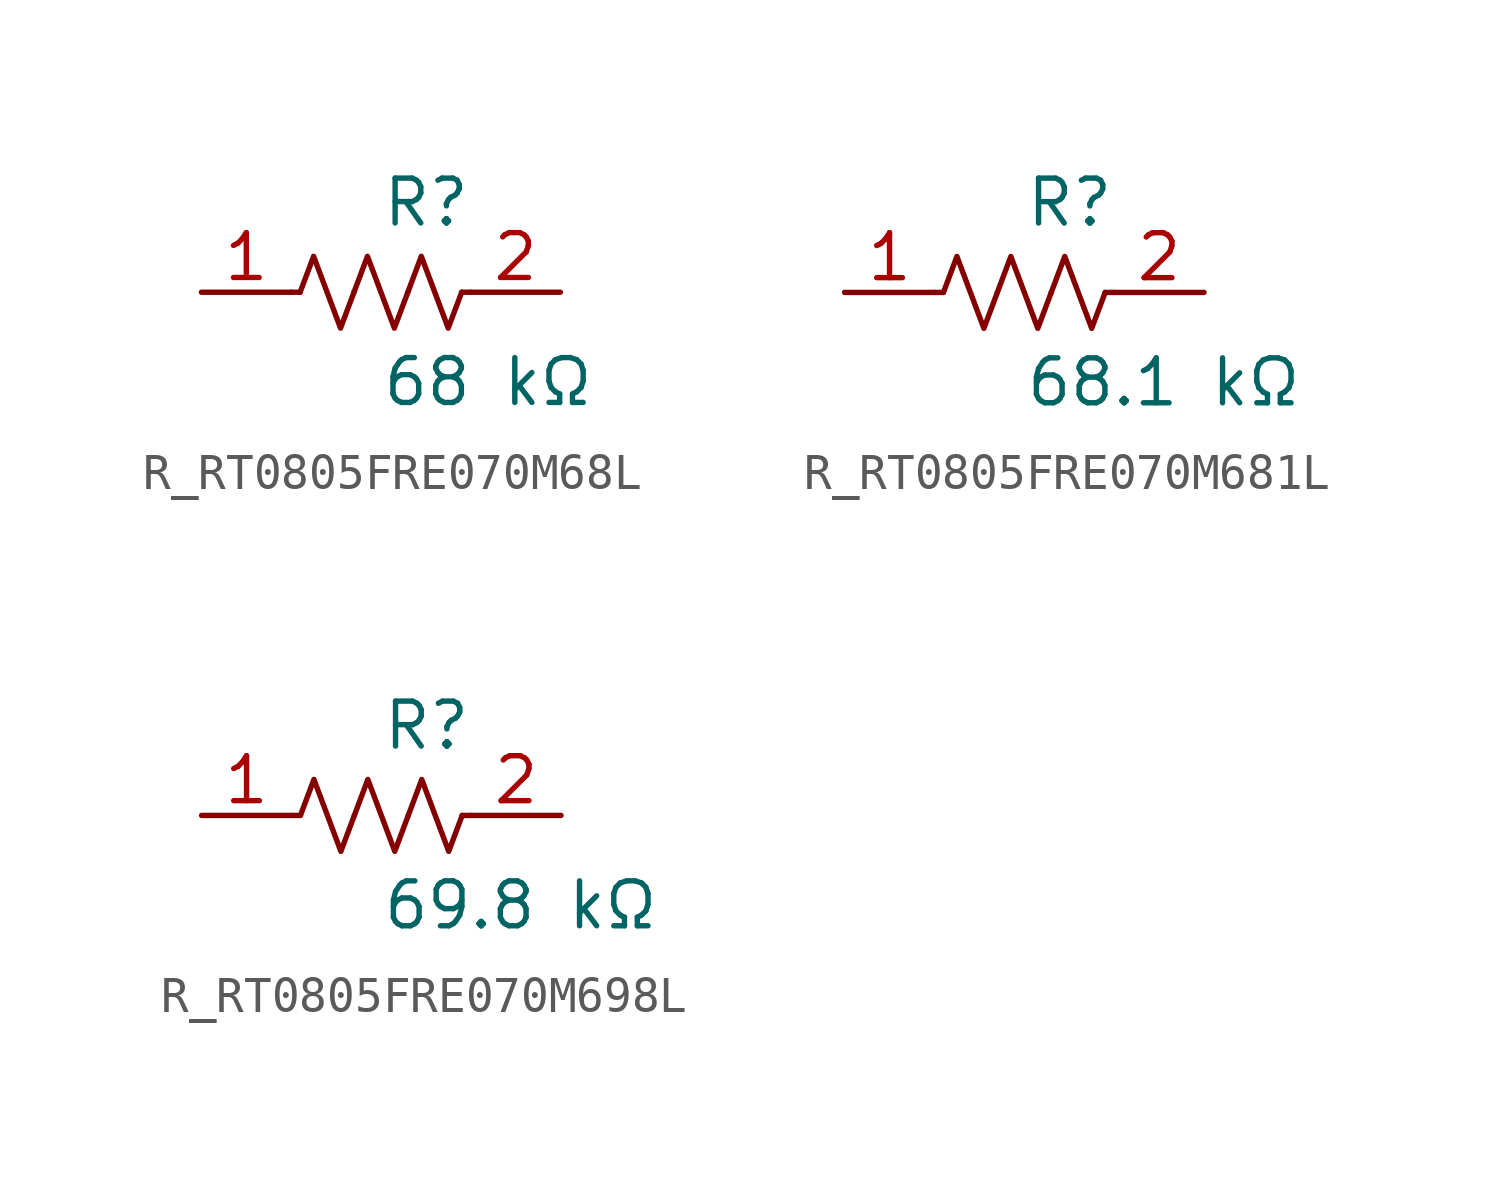
<source format=kicad_sym>
(kicad_symbol_lib
  (version 20231120)
  (generator kicad_symbol_editor)
  (generator_version 8.0)
  (symbol "R_RT0805FRE070M68L"
    (pin_names
      (offset 0.254))
    (property "Reference" "R"
      (at 0.0 2.54 0)
      (effects (font (size 1.27 1.27)) (justify left)))
    (property "Value" "68 kΩ"
      (at 0.0 -2.54 0)
      (effects (font (size 1.27 1.27)) (justify left)))
    (symbol "R_RT0805FRE070M68L_0_1"
      (polyline (pts (xy 2.286 0) (xy 2.54 0)) (stroke (width 0) (type default)) (fill (type none)))
      (polyline (pts (xy -2.286 0) (xy -2.54 0)) (stroke (width 0) (type default)) (fill (type none)))
      (polyline (pts (xy 0.762 0) (xy 1.143 1.016) (xy 1.524 0) (xy 1.905 -1.016) (xy 2.286 0)) (stroke (width 0) (type default)) (fill (type none)))
      (polyline (pts (xy -0.762 0) (xy -0.381 1.016) (xy 0 0) (xy 0.381 -1.016) (xy 0.762 0)) (stroke (width 0) (type default)) (fill (type none)))
      (polyline (pts (xy -2.286 0) (xy -1.905 1.016) (xy -1.524 0) (xy -1.143 -1.016) (xy -0.762 0)) (stroke (width 0) (type default)) (fill (type none))))
    (pin unspecified line
      (at -5.08 0 0)
      (length 2.54)
      (name "" (effects (font (size 1.27 1.27))))
      (number "1" (effects (font (size 1.27 1.27)))))
    (pin unspecified line
      (at 5.08 0 180)
      (length 2.54)
      (name "" (effects (font (size 1.27 1.27))))
      (number "2" (effects (font (size 1.27 1.27))))))
  (symbol "R_RT0805FRE070M681L"
    (pin_names
      (offset 0.254))
    (property "Reference" "R"
      (at 0.0 2.54 0)
      (effects (font (size 1.27 1.27)) (justify left)))
    (property "Value" "68.1 kΩ"
      (at 0.0 -2.54 0)
      (effects (font (size 1.27 1.27)) (justify left)))
    (symbol "R_RT0805FRE070M681L_0_1"
      (polyline (pts (xy 2.286 0) (xy 2.54 0)) (stroke (width 0) (type default)) (fill (type none)))
      (polyline (pts (xy -2.286 0) (xy -2.54 0)) (stroke (width 0) (type default)) (fill (type none)))
      (polyline (pts (xy 0.762 0) (xy 1.143 1.016) (xy 1.524 0) (xy 1.905 -1.016) (xy 2.286 0)) (stroke (width 0) (type default)) (fill (type none)))
      (polyline (pts (xy -0.762 0) (xy -0.381 1.016) (xy 0 0) (xy 0.381 -1.016) (xy 0.762 0)) (stroke (width 0) (type default)) (fill (type none)))
      (polyline (pts (xy -2.286 0) (xy -1.905 1.016) (xy -1.524 0) (xy -1.143 -1.016) (xy -0.762 0)) (stroke (width 0) (type default)) (fill (type none))))
    (pin unspecified line
      (at -5.08 0 0)
      (length 2.54)
      (name "" (effects (font (size 1.27 1.27))))
      (number "1" (effects (font (size 1.27 1.27)))))
    (pin unspecified line
      (at 5.08 0 180)
      (length 2.54)
      (name "" (effects (font (size 1.27 1.27))))
      (number "2" (effects (font (size 1.27 1.27))))))
  (symbol "R_RT0805FRE070M698L"
    (pin_names
      (offset 0.254))
    (property "Reference" "R"
      (at 0.0 2.54 0)
      (effects (font (size 1.27 1.27)) (justify left)))
    (property "Value" "69.8 kΩ"
      (at 0.0 -2.54 0)
      (effects (font (size 1.27 1.27)) (justify left)))
    (symbol "R_RT0805FRE070M698L_0_1"
      (polyline (pts (xy 2.286 0) (xy 2.54 0)) (stroke (width 0) (type default)) (fill (type none)))
      (polyline (pts (xy -2.286 0) (xy -2.54 0)) (stroke (width 0) (type default)) (fill (type none)))
      (polyline (pts (xy 0.762 0) (xy 1.143 1.016) (xy 1.524 0) (xy 1.905 -1.016) (xy 2.286 0)) (stroke (width 0) (type default)) (fill (type none)))
      (polyline (pts (xy -0.762 0) (xy -0.381 1.016) (xy 0 0) (xy 0.381 -1.016) (xy 0.762 0)) (stroke (width 0) (type default)) (fill (type none)))
      (polyline (pts (xy -2.286 0) (xy -1.905 1.016) (xy -1.524 0) (xy -1.143 -1.016) (xy -0.762 0)) (stroke (width 0) (type default)) (fill (type none))))
    (pin unspecified line
      (at -5.08 0 0)
      (length 2.54)
      (name "" (effects (font (size 1.27 1.27))))
      (number "1" (effects (font (size 1.27 1.27)))))
    (pin unspecified line
      (at 5.08 0 180)
      (length 2.54)
      (name "" (effects (font (size 1.27 1.27))))
      (number "2" (effects (font (size 1.27 1.27)))))))
</source>
